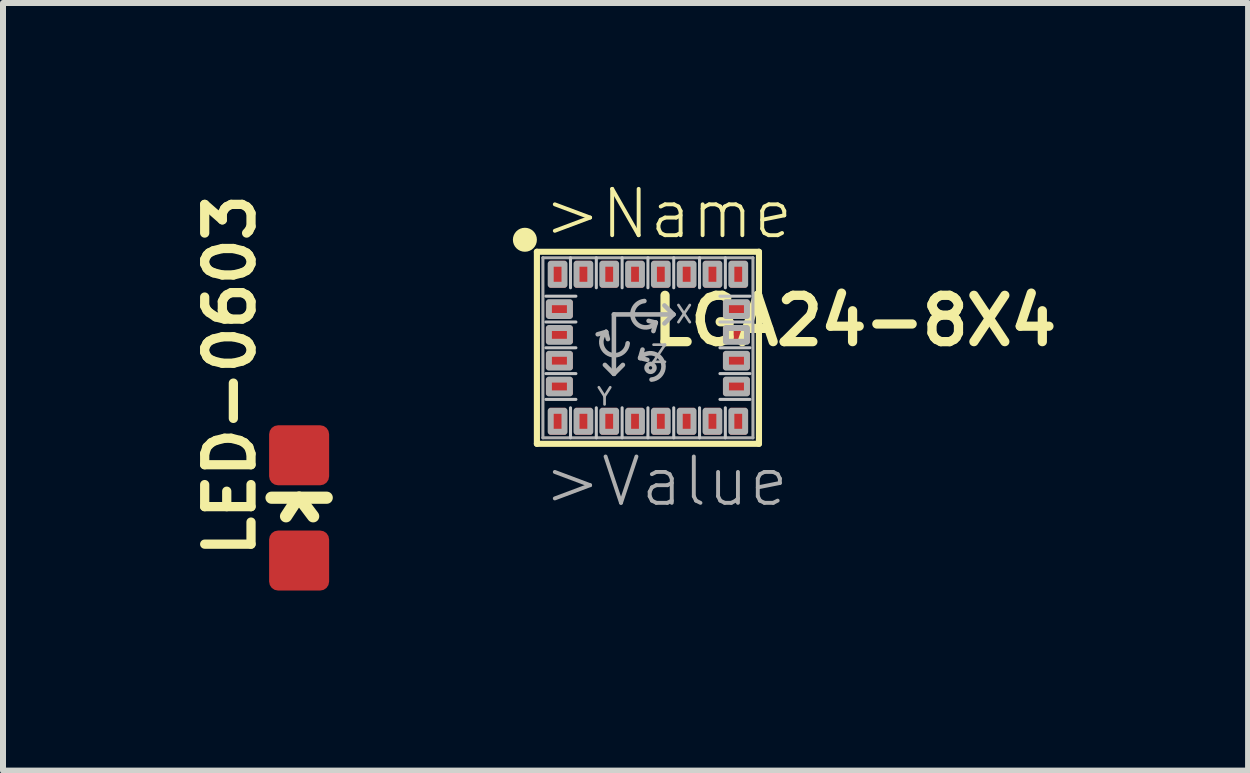
<source format=kicad_pcb>
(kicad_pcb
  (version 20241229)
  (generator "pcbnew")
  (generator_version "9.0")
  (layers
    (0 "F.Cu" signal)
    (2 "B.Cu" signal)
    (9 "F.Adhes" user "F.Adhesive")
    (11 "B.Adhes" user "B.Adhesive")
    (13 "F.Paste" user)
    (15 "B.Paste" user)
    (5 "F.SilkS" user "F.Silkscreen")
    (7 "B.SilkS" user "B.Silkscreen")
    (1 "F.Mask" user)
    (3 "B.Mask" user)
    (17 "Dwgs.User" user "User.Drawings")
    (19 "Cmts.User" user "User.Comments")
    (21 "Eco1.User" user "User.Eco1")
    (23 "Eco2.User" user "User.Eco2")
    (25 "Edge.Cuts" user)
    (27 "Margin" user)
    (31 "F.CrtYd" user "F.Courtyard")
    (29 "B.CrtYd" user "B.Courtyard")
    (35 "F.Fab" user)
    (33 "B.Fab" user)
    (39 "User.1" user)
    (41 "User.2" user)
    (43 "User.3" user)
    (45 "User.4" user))
  (footprint "LGA24-8X4"
    (layer "F.Cu")
    (at 7.746 2.745)
    (property "Reference" "LGA24-8X4" (at 0 0 0) (layer "F.SilkS") (effects (font (size 0.772 0.772) (thickness 0.154)) (justify left bottom)))
    (attr through_hole)
    (fp_line (start -1.85 -1.6) (end 1.85 -1.6) (stroke (width 0.102) (type solid)) (layer "F.SilkS"))
    (fp_line (start -1.85 1.6) (end -1.85 -1.6) (stroke (width 0.102) (type solid)) (layer "F.SilkS"))
    (fp_line (start 1.85 -1.6) (end 1.85 1.6) (stroke (width 0.102) (type solid)) (layer "F.SilkS"))
    (fp_line (start 1.85 1.6) (end -1.85 1.6) (stroke (width 0.102) (type solid)) (layer "F.SilkS"))
    (fp_circle (center -2.05 -1.8) (end -1.95 -1.8) (stroke (width 0.2) (type solid)) (fill no) (layer "F.SilkS"))
    (fp_line (start -1.7 -0.86) (end -1.2 -0.86) (stroke (width 0.051) (type solid)) (layer "Dwgs.User"))
    (fp_line (start -1.7 -0.43) (end -1.2 -0.43) (stroke (width 0.051) (type solid)) (layer "Dwgs.User"))
    (fp_line (start -1.7 0) (end -1.2 0) (stroke (width 0.051) (type solid)) (layer "Dwgs.User"))
    (fp_line (start -1.7 0.43) (end -1.2 0.43) (stroke (width 0.051) (type solid)) (layer "Dwgs.User"))
    (fp_line (start -1.7 0.86) (end -1.2 0.86) (stroke (width 0.051) (type solid)) (layer "Dwgs.User"))
    (fp_line (start -1.29 -1.5) (end -1.29 -1) (stroke (width 0.051) (type solid)) (layer "Dwgs.User"))
    (fp_line (start -1.29 1.5) (end -1.29 1) (stroke (width 0.051) (type solid)) (layer "Dwgs.User"))
    (fp_line (start -0.86 -1.5) (end -0.86 -1) (stroke (width 0.051) (type solid)) (layer "Dwgs.User"))
    (fp_line (start -0.86 1.5) (end -0.86 1) (stroke (width 0.051) (type solid)) (layer "Dwgs.User"))
    (fp_line (start -0.43 -1.5) (end -0.43 -1) (stroke (width 0.051) (type solid)) (layer "Dwgs.User"))
    (fp_line (start -0.43 1.5) (end -0.43 1) (stroke (width 0.051) (type solid)) (layer "Dwgs.User"))
    (fp_line (start 0 -1.5) (end 0 -1) (stroke (width 0.051) (type solid)) (layer "Dwgs.User"))
    (fp_line (start 0 1.5) (end 0 1) (stroke (width 0.051) (type solid)) (layer "Dwgs.User"))
    (fp_line (start 0.43 -1.5) (end 0.43 -1) (stroke (width 0.051) (type solid)) (layer "Dwgs.User"))
    (fp_line (start 0.43 1.5) (end 0.43 1) (stroke (width 0.051) (type solid)) (layer "Dwgs.User"))
    (fp_line (start 0.86 -1.5) (end 0.86 -1) (stroke (width 0.051) (type solid)) (layer "Dwgs.User"))
    (fp_line (start 0.86 1.5) (end 0.86 1) (stroke (width 0.051) (type solid)) (layer "Dwgs.User"))
    (fp_line (start 1.29 -1.5) (end 1.29 -1) (stroke (width 0.051) (type solid)) (layer "Dwgs.User"))
    (fp_line (start 1.29 1.5) (end 1.29 1) (stroke (width 0.051) (type solid)) (layer "Dwgs.User"))
    (fp_line (start 1.7 -0.86) (end 1.2 -0.86) (stroke (width 0.051) (type solid)) (layer "Dwgs.User"))
    (fp_line (start 1.7 -0.43) (end 1.2 -0.43) (stroke (width 0.051) (type solid)) (layer "Dwgs.User"))
    (fp_line (start 1.7 0) (end 1.2 0) (stroke (width 0.051) (type solid)) (layer "Dwgs.User"))
    (fp_line (start 1.7 0.43) (end 1.2 0.43) (stroke (width 0.051) (type solid)) (layer "Dwgs.User"))
    (fp_line (start 1.7 0.86) (end 1.2 0.86) (stroke (width 0.051) (type solid)) (layer "Dwgs.User"))
    (fp_line (start -1.75 -1.5) (end 1.75 -1.5) (stroke (width 0.051) (type solid)) (layer "F.Fab"))
    (fp_line (start -1.75 1.5) (end -1.75 -1.5) (stroke (width 0.051) (type solid)) (layer "F.Fab"))
    (fp_line (start -0.697 -0.265) (end -0.837 -0.225) (stroke (width 0.076) (type solid)) (layer "F.Fab"))
    (fp_line (start -0.697 -0.265) (end -0.667 -0.145) (stroke (width 0.076) (type solid)) (layer "F.Fab"))
    (fp_line (start -0.567 0.432) (end -0.567 -0.556) (stroke (width 0.076) (type solid)) (layer "F.Fab"))
    (fp_line (start -0.567 0.435) (end -0.717 0.285) (stroke (width 0.076) (type solid)) (layer "F.Fab"))
    (fp_line (start -0.567 0.435) (end -0.417 0.285) (stroke (width 0.076) (type solid)) (layer "F.Fab"))
    (fp_line (start -0.13 0.17) (end -0.09 0.03) (stroke (width 0.076) (type solid)) (layer "F.Fab"))
    (fp_line (start -0.13 0.17) (end -0.01 0.2) (stroke (width 0.076) (type solid)) (layer "F.Fab"))
    (fp_line (start 0.131 -0.419) (end 0.011 -0.449) (stroke (width 0.076) (type solid)) (layer "F.Fab"))
    (fp_line (start 0.131 -0.419) (end 0.091 -0.279) (stroke (width 0.076) (type solid)) (layer "F.Fab"))
    (fp_line (start 0.425 -0.556) (end -0.567 -0.556) (stroke (width 0.076) (type solid)) (layer "F.Fab"))
    (fp_line (start 0.425 -0.556) (end 0.275 -0.706) (stroke (width 0.076) (type solid)) (layer "F.Fab"))
    (fp_line (start 0.425 -0.556) (end 0.275 -0.406) (stroke (width 0.076) (type solid)) (layer "F.Fab"))
    (fp_line (start 1.75 -1.5) (end 1.75 1.5) (stroke (width 0.051) (type solid)) (layer "F.Fab"))
    (fp_line (start 1.75 1.5) (end -1.75 1.5) (stroke (width 0.051) (type solid)) (layer "F.Fab"))
    (fp_arc (start -0.337 -0.075) (mid -0.659177 0.09939) (end -0.697 -0.264999) (stroke (width 0.0762) (type solid)) (layer "F.Fab"))
    (fp_arc (start -0.130001 0.169999) (mid 0.234389 0.207821) (end 0.06 0.53) (stroke (width 0.0762) (type solid)) (layer "F.Fab"))
    (fp_arc (start 0.131401 -0.419399) (mid -0.232989 -0.457221) (end -0.0586 -0.7794) (stroke (width 0.0762) (type solid)) (layer "F.Fab"))
    (fp_circle (center 0.043 0.334) (end 0.071 0.334) (stroke (width 0.076) (type solid)) (fill no) (layer "F.Fab"))
    (fp_poly (pts (xy -1.65 -0.53) (xy -1.3 -0.53) (xy -1.3 -0.76) (xy -1.65 -0.76)) (stroke (width 0.1) (type solid)) (fill no) (layer "F.Fab"))
    (fp_poly (pts (xy -1.65 -0.1) (xy -1.3 -0.1) (xy -1.3 -0.33) (xy -1.65 -0.33)) (stroke (width 0.1) (type solid)) (fill no) (layer "F.Fab"))
    (fp_poly (pts (xy -1.65 0.33) (xy -1.3 0.33) (xy -1.3 0.1) (xy -1.65 0.1)) (stroke (width 0.1) (type solid)) (fill no) (layer "F.Fab"))
    (fp_poly (pts (xy -1.65 0.76) (xy -1.3 0.76) (xy -1.3 0.53) (xy -1.65 0.53)) (stroke (width 0.1) (type solid)) (fill no) (layer "F.Fab"))
    (fp_poly (pts (xy -1.62 -1.05) (xy -1.39 -1.05) (xy -1.39 -1.4) (xy -1.62 -1.4)) (stroke (width 0.1) (type solid)) (fill no) (layer "F.Fab"))
    (fp_poly (pts (xy -1.39 1.05) (xy -1.62 1.05) (xy -1.62 1.4) (xy -1.39 1.4)) (stroke (width 0.1) (type solid)) (fill no) (layer "F.Fab"))
    (fp_poly (pts (xy -1.19 -1.05) (xy -0.96 -1.05) (xy -0.96 -1.4) (xy -1.19 -1.4)) (stroke (width 0.1) (type solid)) (fill no) (layer "F.Fab"))
    (fp_poly (pts (xy -0.96 1.05) (xy -1.19 1.05) (xy -1.19 1.4) (xy -0.96 1.4)) (stroke (width 0.1) (type solid)) (fill no) (layer "F.Fab"))
    (fp_poly (pts (xy -0.76 -1.05) (xy -0.53 -1.05) (xy -0.53 -1.4) (xy -0.76 -1.4)) (stroke (width 0.1) (type solid)) (fill no) (layer "F.Fab"))
    (fp_poly (pts (xy -0.53 1.05) (xy -0.76 1.05) (xy -0.76 1.4) (xy -0.53 1.4)) (stroke (width 0.1) (type solid)) (fill no) (layer "F.Fab"))
    (fp_poly (pts (xy -0.33 -1.05) (xy -0.1 -1.05) (xy -0.1 -1.4) (xy -0.33 -1.4)) (stroke (width 0.1) (type solid)) (fill no) (layer "F.Fab"))
    (fp_poly (pts (xy -0.1 1.05) (xy -0.33 1.05) (xy -0.33 1.4) (xy -0.1 1.4)) (stroke (width 0.1) (type solid)) (fill no) (layer "F.Fab"))
    (fp_poly (pts (xy 0.1 -1.05) (xy 0.33 -1.05) (xy 0.33 -1.4) (xy 0.1 -1.4)) (stroke (width 0.1) (type solid)) (fill no) (layer "F.Fab"))
    (fp_poly (pts (xy 0.33 1.05) (xy 0.1 1.05) (xy 0.1 1.4) (xy 0.33 1.4)) (stroke (width 0.1) (type solid)) (fill no) (layer "F.Fab"))
    (fp_poly (pts (xy 0.53 -1.05) (xy 0.76 -1.05) (xy 0.76 -1.4) (xy 0.53 -1.4)) (stroke (width 0.1) (type solid)) (fill no) (layer "F.Fab"))
    (fp_poly (pts (xy 0.76 1.05) (xy 0.53 1.05) (xy 0.53 1.4) (xy 0.76 1.4)) (stroke (width 0.1) (type solid)) (fill no) (layer "F.Fab"))
    (fp_poly (pts (xy 0.96 -1.05) (xy 1.19 -1.05) (xy 1.19 -1.4) (xy 0.96 -1.4)) (stroke (width 0.1) (type solid)) (fill no) (layer "F.Fab"))
    (fp_poly (pts (xy 1.19 1.05) (xy 0.96 1.05) (xy 0.96 1.4) (xy 1.19 1.4)) (stroke (width 0.1) (type solid)) (fill no) (layer "F.Fab"))
    (fp_poly (pts (xy 1.39 -1.05) (xy 1.62 -1.05) (xy 1.62 -1.4) (xy 1.39 -1.4)) (stroke (width 0.1) (type solid)) (fill no) (layer "F.Fab"))
    (fp_poly (pts (xy 1.62 1.05) (xy 1.39 1.05) (xy 1.39 1.4) (xy 1.62 1.4)) (stroke (width 0.1) (type solid)) (fill no) (layer "F.Fab"))
    (fp_poly (pts (xy 1.65 -0.76) (xy 1.3 -0.76) (xy 1.3 -0.53) (xy 1.65 -0.53)) (stroke (width 0.1) (type solid)) (fill no) (layer "F.Fab"))
    (fp_poly (pts (xy 1.65 -0.33) (xy 1.3 -0.33) (xy 1.3 -0.1) (xy 1.65 -0.1)) (stroke (width 0.1) (type solid)) (fill no) (layer "F.Fab"))
    (fp_poly (pts (xy 1.65 0.1) (xy 1.3 0.1) (xy 1.3 0.33) (xy 1.65 0.33)) (stroke (width 0.1) (type solid)) (fill no) (layer "F.Fab"))
    (fp_poly (pts (xy 1.65 0.53) (xy 1.3 0.53) (xy 1.3 0.76) (xy 1.65 0.76)) (stroke (width 0.1) (type solid)) (fill no) (layer "F.Fab"))
    (fp_text user ">Name" (at -1.778 -1.778 0) (layer "F.SilkS") (effects (font (size 0.772 0.772) (thickness 0.065)) (justify left bottom)))
    (fp_text user "Y" (at -0.571 0.647 0) (layer "F.Fab") (effects (font (size 0.285 0.285) (thickness 0.045)) (justify right top)))
    (fp_text user "Z" (at 0.354 -0.063 0) (layer "F.Fab") (effects (font (size 0.285 0.285) (thickness 0.045)) (justify right top)))
    (fp_text user "X" (at 0.603 -0.557 0) (layer "F.Fab") (effects (font (size 0.285 0.285) (thickness 0.045))))
    (fp_text user ">Value" (at -1.778 1.778 0) (layer "F.Fab") (effects (font (size 0.772 0.772) (thickness 0.065)) (justify left top)))
    (pad "1" smd rect (at -1.505 -1.225 90) (size 0.45 0.27) (layers "F.Cu" "F.Mask" "F.Paste"))
    (pad "2" smd rect (at -1.475 -0.645 180) (size 0.45 0.27) (layers "F.Cu" "F.Mask" "F.Paste"))
    (pad "3" smd rect (at -1.475 -0.215 180) (size 0.45 0.27) (layers "F.Cu" "F.Mask" "F.Paste"))
    (pad "4" smd rect (at -1.475 0.215 180) (size 0.45 0.27) (layers "F.Cu" "F.Mask" "F.Paste"))
    (pad "5" smd rect (at -1.475 0.645 180) (size 0.45 0.27) (layers "F.Cu" "F.Mask" "F.Paste"))
    (pad "6" smd rect (at -1.505 1.225 270) (size 0.45 0.27) (layers "F.Cu" "F.Mask" "F.Paste"))
    (pad "7" smd rect (at -1.075 1.225 270) (size 0.45 0.27) (layers "F.Cu" "F.Mask" "F.Paste"))
    (pad "8" smd rect (at -0.645 1.225 270) (size 0.45 0.27) (layers "F.Cu" "F.Mask" "F.Paste"))
    (pad "9" smd rect (at -0.215 1.225 270) (size 0.45 0.27) (layers "F.Cu" "F.Mask" "F.Paste"))
    (pad "10" smd rect (at 0.215 1.225 270) (size 0.45 0.27) (layers "F.Cu" "F.Mask" "F.Paste"))
    (pad "11" smd rect (at 0.645 1.225 270) (size 0.45 0.27) (layers "F.Cu" "F.Mask" "F.Paste"))
    (pad "12" smd rect (at 1.075 1.225 270) (size 0.45 0.27) (layers "F.Cu" "F.Mask" "F.Paste"))
    (pad "13" smd rect (at 1.505 1.225 270) (size 0.45 0.27) (layers "F.Cu" "F.Mask" "F.Paste"))
    (pad "14" smd rect (at 1.475 0.645) (size 0.45 0.27) (layers "F.Cu" "F.Mask" "F.Paste"))
    (pad "15" smd rect (at 1.475 0.215) (size 0.45 0.27) (layers "F.Cu" "F.Mask" "F.Paste"))
    (pad "16" smd rect (at 1.475 -0.215) (size 0.45 0.27) (layers "F.Cu" "F.Mask" "F.Paste"))
    (pad "17" smd rect (at 1.475 -0.645) (size 0.45 0.27) (layers "F.Cu" "F.Mask" "F.Paste"))
    (pad "18" smd rect (at 1.505 -1.225 90) (size 0.45 0.27) (layers "F.Cu" "F.Mask" "F.Paste"))
    (pad "19" smd rect (at 1.075 -1.225 90) (size 0.45 0.27) (layers "F.Cu" "F.Mask" "F.Paste"))
    (pad "20" smd rect (at 0.645 -1.225 90) (size 0.45 0.27) (layers "F.Cu" "F.Mask" "F.Paste"))
    (pad "21" smd rect (at 0.215 -1.225 90) (size 0.45 0.27) (layers "F.Cu" "F.Mask" "F.Paste"))
    (pad "22" smd rect (at -0.215 -1.225 90) (size 0.45 0.27) (layers "F.Cu" "F.Mask" "F.Paste"))
    (pad "23" smd rect (at -0.645 -1.225 90) (size 0.45 0.27) (layers "F.Cu" "F.Mask" "F.Paste"))
    (pad "24" smd rect (at -1.075 -1.225 90) (size 0.45 0.27) (layers "F.Cu" "F.Mask" "F.Paste")))
  (footprint "LED-0603"
    (layer "F.Cu")
    (at 1.934 5.413)
    (property "Reference" "LED-0603" (at -0.699 0.889 90) (layer "F.SilkS") (effects (font (size 0.772 0.772) (thickness 0.154)) (justify left bottom)))
    (attr through_hole)
    (fp_line (start -0.46 -0.17) (end 0 -0.17) (stroke (width 0.203) (type solid)) (layer "F.SilkS"))
    (fp_line (start -0.025 -0.155) (end -0.218 0.14) (stroke (width 0.203) (type solid)) (layer "F.SilkS"))
    (fp_line (start 0 -0.17) (end 0.234 0.14) (stroke (width 0.203) (type solid)) (layer "F.SilkS"))
    (fp_line (start 0.46 -0.17) (end 0 -0.17) (stroke (width 0.203) (type solid)) (layer "F.SilkS"))
    (pad "A" smd roundrect (at 0 0.877) (size 1 1) (layers "F.Cu" "F.Mask" "F.Paste") (roundrect_rratio 0.15))
    (pad "C" smd roundrect (at 0 -0.877) (size 1 1) (layers "F.Cu" "F.Mask" "F.Paste") (roundrect_rratio 0.15)))
  (gr_rect
    (start -3 -3)
    (end 17.746 9.79)
    (stroke (width 0.1) (type default))
    (fill no)
    (layer "Edge.Cuts")))
</source>
